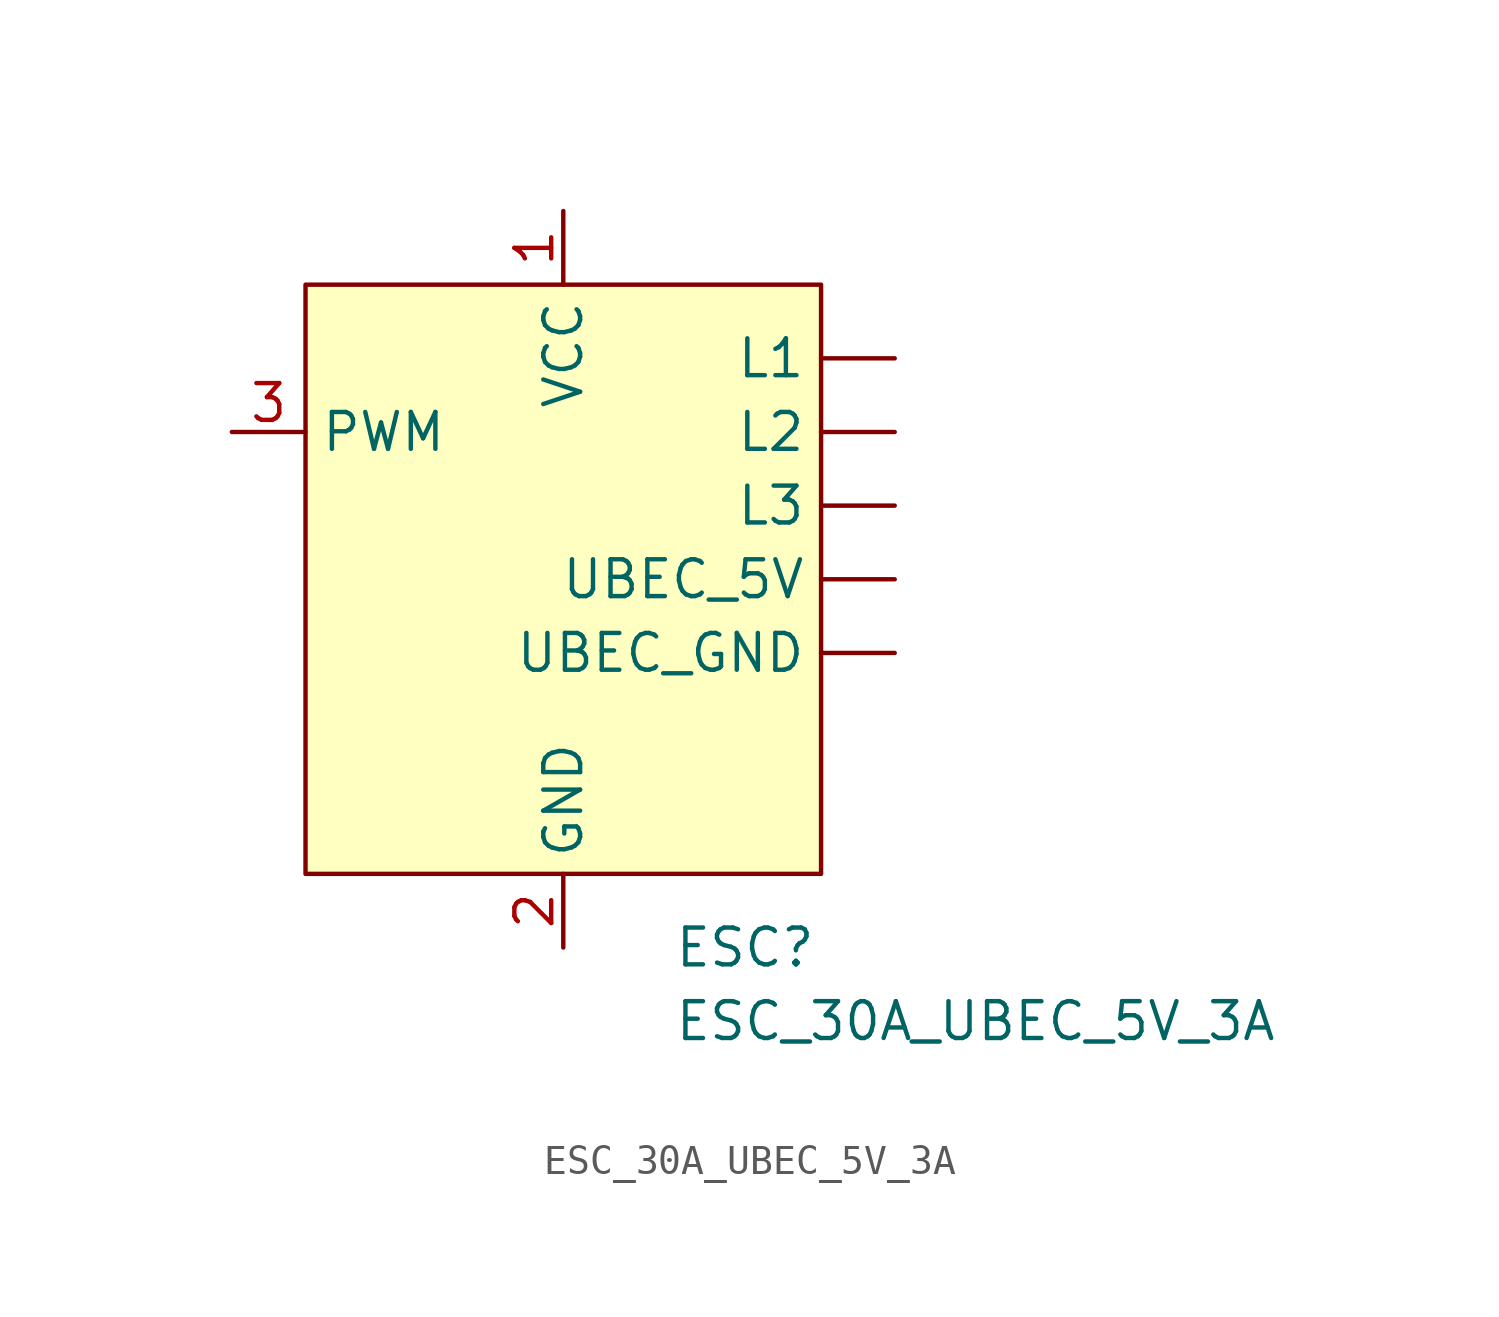
<source format=kicad_sym>
(kicad_symbol_lib
  (version 20220914)
  (generator kicad_symbol_editor)
  (symbol "ESC_30A_UBEC_5V_3A"
    (property "Reference" "ESC"
      (at 3.81 -13.97 0)
      (effects (font (size 1.27 1.27)) (justify left)))
    (property "Value" "ESC_30A_UBEC_5V_3A"
      (at 3.81 -16.51 0)
      (effects (font (size 1.27 1.27)) (justify left)))
    (symbol "ESC_30A_UBEC_5V_3A_0_1"
      (rectangle (start -8.89 8.89) (end 8.89 -11.43) (stroke (width 0) (type default)) (fill (type background))))
    (symbol "ESC_30A_UBEC_5V_3A_1_1"
      (pin output line (at 11.43 6.35 180) (length 2.54) (name "L1" (effects (font (size 1.27 1.27)))) (number "" (effects (font (size 1.27 1.27)))))
      (pin output line (at 11.43 3.81 180) (length 2.54) (name "L2" (effects (font (size 1.27 1.27)))) (number "" (effects (font (size 1.27 1.27)))))
      (pin output line (at 11.43 1.27 180) (length 2.54) (name "L3" (effects (font (size 1.27 1.27)))) (number "" (effects (font (size 1.27 1.27)))))
      (pin output line (at 11.43 -1.27 180) (length 2.54) (name "UBEC_5V" (effects (font (size 1.27 1.27)))) (number "" (effects (font (size 1.27 1.27)))))
      (pin output line (at 11.43 -3.81 180) (length 2.54) (name "UBEC_GND" (effects (font (size 1.27 1.27)))) (number "" (effects (font (size 1.27 1.27)))))
      (pin input line (at 0 11.43 270) (length 2.54) (name "VCC" (effects (font (size 1.27 1.27)))) (number "1" (effects (font (size 1.27 1.27)))))
      (pin input line (at 0 -13.97 90) (length 2.54) (name "GND" (effects (font (size 1.27 1.27)))) (number "2" (effects (font (size 1.27 1.27)))))
      (pin input line (at -11.43 3.81 0) (length 2.54) (name "PWM" (effects (font (size 1.27 1.27)))) (number "3" (effects (font (size 1.27 1.27))))))))
</source>
